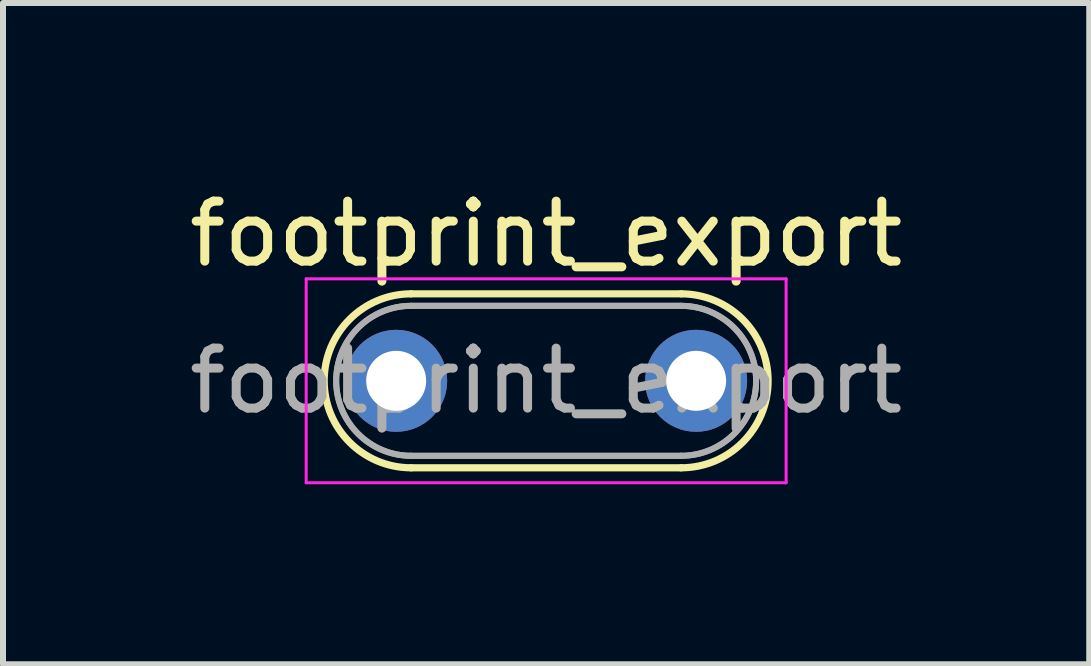
<source format=kicad_pcb>
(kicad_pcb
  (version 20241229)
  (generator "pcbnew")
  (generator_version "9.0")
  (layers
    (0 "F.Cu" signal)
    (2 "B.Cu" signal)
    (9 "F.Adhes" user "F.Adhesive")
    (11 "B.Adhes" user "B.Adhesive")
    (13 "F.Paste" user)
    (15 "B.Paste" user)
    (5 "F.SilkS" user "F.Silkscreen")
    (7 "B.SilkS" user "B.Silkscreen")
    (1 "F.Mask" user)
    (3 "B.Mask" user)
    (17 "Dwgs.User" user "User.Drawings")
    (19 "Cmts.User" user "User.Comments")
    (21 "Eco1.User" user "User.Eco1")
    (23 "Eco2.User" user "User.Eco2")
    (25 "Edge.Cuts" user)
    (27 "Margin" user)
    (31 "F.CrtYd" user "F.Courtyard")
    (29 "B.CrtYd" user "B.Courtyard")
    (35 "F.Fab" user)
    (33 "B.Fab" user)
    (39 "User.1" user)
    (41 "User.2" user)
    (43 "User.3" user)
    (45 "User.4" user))
  (footprint "footprint_export"
    (layer "F.Cu")
    (at 3.554 3.298)
    (property "Reference" "footprint_export" (at 2.5 -2.45 0) (layer "F.SilkS") (effects (font (size 1 1) (thickness 0.15))))
    (attr through_hole)
    (fp_line (start 0.25 -1.45) (end 4.75 -1.45) (stroke (width 0.12) (type solid)) (layer "F.SilkS"))
    (fp_line (start 0.25 1.45) (end 4.75 1.45) (stroke (width 0.12) (type solid)) (layer "F.SilkS"))
    (fp_arc (start 0.25 1.45) (mid -1.2 0) (end 0.25 -1.45) (stroke (width 0.12) (type solid)) (layer "F.SilkS"))
    (fp_arc (start 4.75 -1.45) (mid 6.2 0) (end 4.75 1.45) (stroke (width 0.12) (type solid)) (layer "F.SilkS"))
    (fp_line (start -1.5 -1.7) (end -1.5 1.7) (stroke (width 0.05) (type solid)) (layer "F.CrtYd"))
    (fp_line (start -1.5 1.7) (end 6.5 1.7) (stroke (width 0.05) (type solid)) (layer "F.CrtYd"))
    (fp_line (start 6.5 -1.7) (end -1.5 -1.7) (stroke (width 0.05) (type solid)) (layer "F.CrtYd"))
    (fp_line (start 6.5 1.7) (end 6.5 -1.7) (stroke (width 0.05) (type solid)) (layer "F.CrtYd"))
    (fp_line (start 0.25 -1.25) (end 4.75 -1.25) (stroke (width 0.1) (type solid)) (layer "F.Fab"))
    (fp_line (start 0.25 -1.25) (end 4.75 -1.25) (stroke (width 0.1) (type solid)) (layer "F.Fab"))
    (fp_line (start 0.25 1.25) (end 4.75 1.25) (stroke (width 0.1) (type solid)) (layer "F.Fab"))
    (fp_line (start 0.25 1.25) (end 4.75 1.25) (stroke (width 0.1) (type solid)) (layer "F.Fab"))
    (fp_arc (start 0.25 1.25) (mid -1 0) (end 0.25 -1.25) (stroke (width 0.1) (type solid)) (layer "F.Fab"))
    (fp_arc (start 0.25 1.25) (mid -1 0) (end 0.25 -1.25) (stroke (width 0.1) (type solid)) (layer "F.Fab"))
    (fp_arc (start 4.75 -1.25) (mid 6 0) (end 4.75 1.25) (stroke (width 0.1) (type solid)) (layer "F.Fab"))
    (fp_arc (start 4.75 -1.25) (mid 6 0) (end 4.75 1.25) (stroke (width 0.1) (type solid)) (layer "F.Fab"))
    (fp_text user "${REFERENCE}" (at 2.5 0 0) (layer "F.Fab") (effects (font (size 1 1) (thickness 0.15))))
    (pad "1" thru_hole circle (at 0 0) (size 1.7 1.7) (drill 1) (layers "*.Cu" "*.Mask"))
    (pad "2" thru_hole circle (at 5 0) (size 1.7 1.7) (drill 1) (layers "*.Cu" "*.Mask")))
  (gr_rect
    (start -3 -3)
    (end 15.107 8.023)
    (stroke (width 0.1) (type default))
    (fill no)
    (layer "Edge.Cuts")))
</source>
